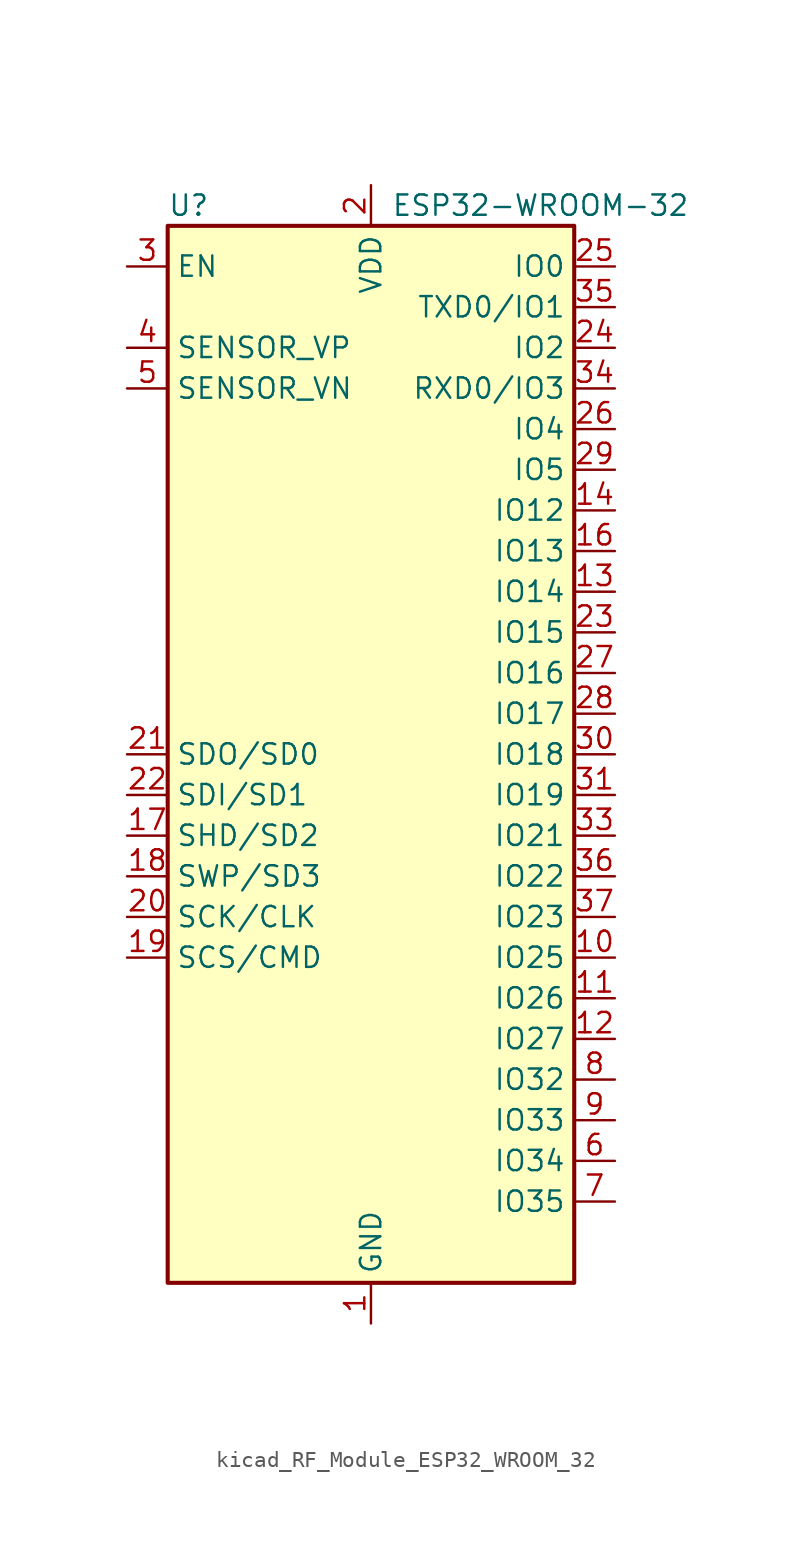
<source format=kicad_sym>
(kicad_symbol_lib
  (version 20220914)
  (generator kicad_symbol_editor)
  (symbol "kicad_RF_Module_ESP32_WROOM_32"
    (property "Reference" "U"
      (at -12.7 34.29 0)
      (effects (font (size 1.27 1.27)) (justify left)))
    (property "Value" "ESP32-WROOM-32"
      (at 1.27 34.29 0)
      (effects (font (size 1.27 1.27)) (justify left)))
    (symbol "kicad_RF_Module_ESP32_WROOM_32_0_1"
      (rectangle (start -12.7 33.02) (end 12.7 -33.02) (stroke (width 0.254) (type default)) (fill (type background))))
    (symbol "kicad_RF_Module_ESP32_WROOM_32_1_1"
      (pin power_in line (at 0 -35.56 90) (length 2.54) (name "GND" (effects (font (size 1.27 1.27)))) (number "1" (effects (font (size 1.27 1.27)))))
      (pin bidirectional line (at 15.24 -12.7 180) (length 2.54) (name "IO25" (effects (font (size 1.27 1.27)))) (number "10" (effects (font (size 1.27 1.27)))))
      (pin bidirectional line (at 15.24 -15.24 180) (length 2.54) (name "IO26" (effects (font (size 1.27 1.27)))) (number "11" (effects (font (size 1.27 1.27)))))
      (pin bidirectional line (at 15.24 -17.78 180) (length 2.54) (name "IO27" (effects (font (size 1.27 1.27)))) (number "12" (effects (font (size 1.27 1.27)))))
      (pin bidirectional line (at 15.24 10.16 180) (length 2.54) (name "IO14" (effects (font (size 1.27 1.27)))) (number "13" (effects (font (size 1.27 1.27)))))
      (pin bidirectional line (at 15.24 15.24 180) (length 2.54) (name "IO12" (effects (font (size 1.27 1.27)))) (number "14" (effects (font (size 1.27 1.27)))))
      (pin passive line (at 0 -35.56 90) (length 2.54) hide (name "GND" (effects (font (size 1.27 1.27)))) (number "15" (effects (font (size 1.27 1.27)))))
      (pin bidirectional line (at 15.24 12.7 180) (length 2.54) (name "IO13" (effects (font (size 1.27 1.27)))) (number "16" (effects (font (size 1.27 1.27)))))
      (pin bidirectional line (at -15.24 -5.08 0) (length 2.54) (name "SHD/SD2" (effects (font (size 1.27 1.27)))) (number "17" (effects (font (size 1.27 1.27)))))
      (pin bidirectional line (at -15.24 -7.62 0) (length 2.54) (name "SWP/SD3" (effects (font (size 1.27 1.27)))) (number "18" (effects (font (size 1.27 1.27)))))
      (pin bidirectional line (at -15.24 -12.7 0) (length 2.54) (name "SCS/CMD" (effects (font (size 1.27 1.27)))) (number "19" (effects (font (size 1.27 1.27)))))
      (pin power_in line (at 0 35.56 270) (length 2.54) (name "VDD" (effects (font (size 1.27 1.27)))) (number "2" (effects (font (size 1.27 1.27)))))
      (pin bidirectional line (at -15.24 -10.16 0) (length 2.54) (name "SCK/CLK" (effects (font (size 1.27 1.27)))) (number "20" (effects (font (size 1.27 1.27)))))
      (pin bidirectional line (at -15.24 0 0) (length 2.54) (name "SDO/SD0" (effects (font (size 1.27 1.27)))) (number "21" (effects (font (size 1.27 1.27)))))
      (pin bidirectional line (at -15.24 -2.54 0) (length 2.54) (name "SDI/SD1" (effects (font (size 1.27 1.27)))) (number "22" (effects (font (size 1.27 1.27)))))
      (pin bidirectional line (at 15.24 7.62 180) (length 2.54) (name "IO15" (effects (font (size 1.27 1.27)))) (number "23" (effects (font (size 1.27 1.27)))))
      (pin bidirectional line (at 15.24 25.4 180) (length 2.54) (name "IO2" (effects (font (size 1.27 1.27)))) (number "24" (effects (font (size 1.27 1.27)))))
      (pin bidirectional line (at 15.24 30.48 180) (length 2.54) (name "IO0" (effects (font (size 1.27 1.27)))) (number "25" (effects (font (size 1.27 1.27)))))
      (pin bidirectional line (at 15.24 20.32 180) (length 2.54) (name "IO4" (effects (font (size 1.27 1.27)))) (number "26" (effects (font (size 1.27 1.27)))))
      (pin bidirectional line (at 15.24 5.08 180) (length 2.54) (name "IO16" (effects (font (size 1.27 1.27)))) (number "27" (effects (font (size 1.27 1.27)))))
      (pin bidirectional line (at 15.24 2.54 180) (length 2.54) (name "IO17" (effects (font (size 1.27 1.27)))) (number "28" (effects (font (size 1.27 1.27)))))
      (pin bidirectional line (at 15.24 17.78 180) (length 2.54) (name "IO5" (effects (font (size 1.27 1.27)))) (number "29" (effects (font (size 1.27 1.27)))))
      (pin input line (at -15.24 30.48 0) (length 2.54) (name "EN" (effects (font (size 1.27 1.27)))) (number "3" (effects (font (size 1.27 1.27)))))
      (pin bidirectional line (at 15.24 0 180) (length 2.54) (name "IO18" (effects (font (size 1.27 1.27)))) (number "30" (effects (font (size 1.27 1.27)))))
      (pin bidirectional line (at 15.24 -2.54 180) (length 2.54) (name "IO19" (effects (font (size 1.27 1.27)))) (number "31" (effects (font (size 1.27 1.27)))))
      (pin no_connect line (at -12.7 -27.94 0) (length 2.54) hide (name "NC" (effects (font (size 1.27 1.27)))) (number "32" (effects (font (size 1.27 1.27)))))
      (pin bidirectional line (at 15.24 -5.08 180) (length 2.54) (name "IO21" (effects (font (size 1.27 1.27)))) (number "33" (effects (font (size 1.27 1.27)))))
      (pin bidirectional line (at 15.24 22.86 180) (length 2.54) (name "RXD0/IO3" (effects (font (size 1.27 1.27)))) (number "34" (effects (font (size 1.27 1.27)))))
      (pin bidirectional line (at 15.24 27.94 180) (length 2.54) (name "TXD0/IO1" (effects (font (size 1.27 1.27)))) (number "35" (effects (font (size 1.27 1.27)))))
      (pin bidirectional line (at 15.24 -7.62 180) (length 2.54) (name "IO22" (effects (font (size 1.27 1.27)))) (number "36" (effects (font (size 1.27 1.27)))))
      (pin bidirectional line (at 15.24 -10.16 180) (length 2.54) (name "IO23" (effects (font (size 1.27 1.27)))) (number "37" (effects (font (size 1.27 1.27)))))
      (pin passive line (at 0 -35.56 90) (length 2.54) hide (name "GND" (effects (font (size 1.27 1.27)))) (number "38" (effects (font (size 1.27 1.27)))))
      (pin passive line (at 0 -35.56 90) (length 2.54) hide (name "GND" (effects (font (size 1.27 1.27)))) (number "39" (effects (font (size 1.27 1.27)))))
      (pin input line (at -15.24 25.4 0) (length 2.54) (name "SENSOR_VP" (effects (font (size 1.27 1.27)))) (number "4" (effects (font (size 1.27 1.27)))))
      (pin input line (at -15.24 22.86 0) (length 2.54) (name "SENSOR_VN" (effects (font (size 1.27 1.27)))) (number "5" (effects (font (size 1.27 1.27)))))
      (pin input line (at 15.24 -25.4 180) (length 2.54) (name "IO34" (effects (font (size 1.27 1.27)))) (number "6" (effects (font (size 1.27 1.27)))))
      (pin input line (at 15.24 -27.94 180) (length 2.54) (name "IO35" (effects (font (size 1.27 1.27)))) (number "7" (effects (font (size 1.27 1.27)))))
      (pin bidirectional line (at 15.24 -20.32 180) (length 2.54) (name "IO32" (effects (font (size 1.27 1.27)))) (number "8" (effects (font (size 1.27 1.27)))))
      (pin bidirectional line (at 15.24 -22.86 180) (length 2.54) (name "IO33" (effects (font (size 1.27 1.27)))) (number "9" (effects (font (size 1.27 1.27))))))))
</source>
